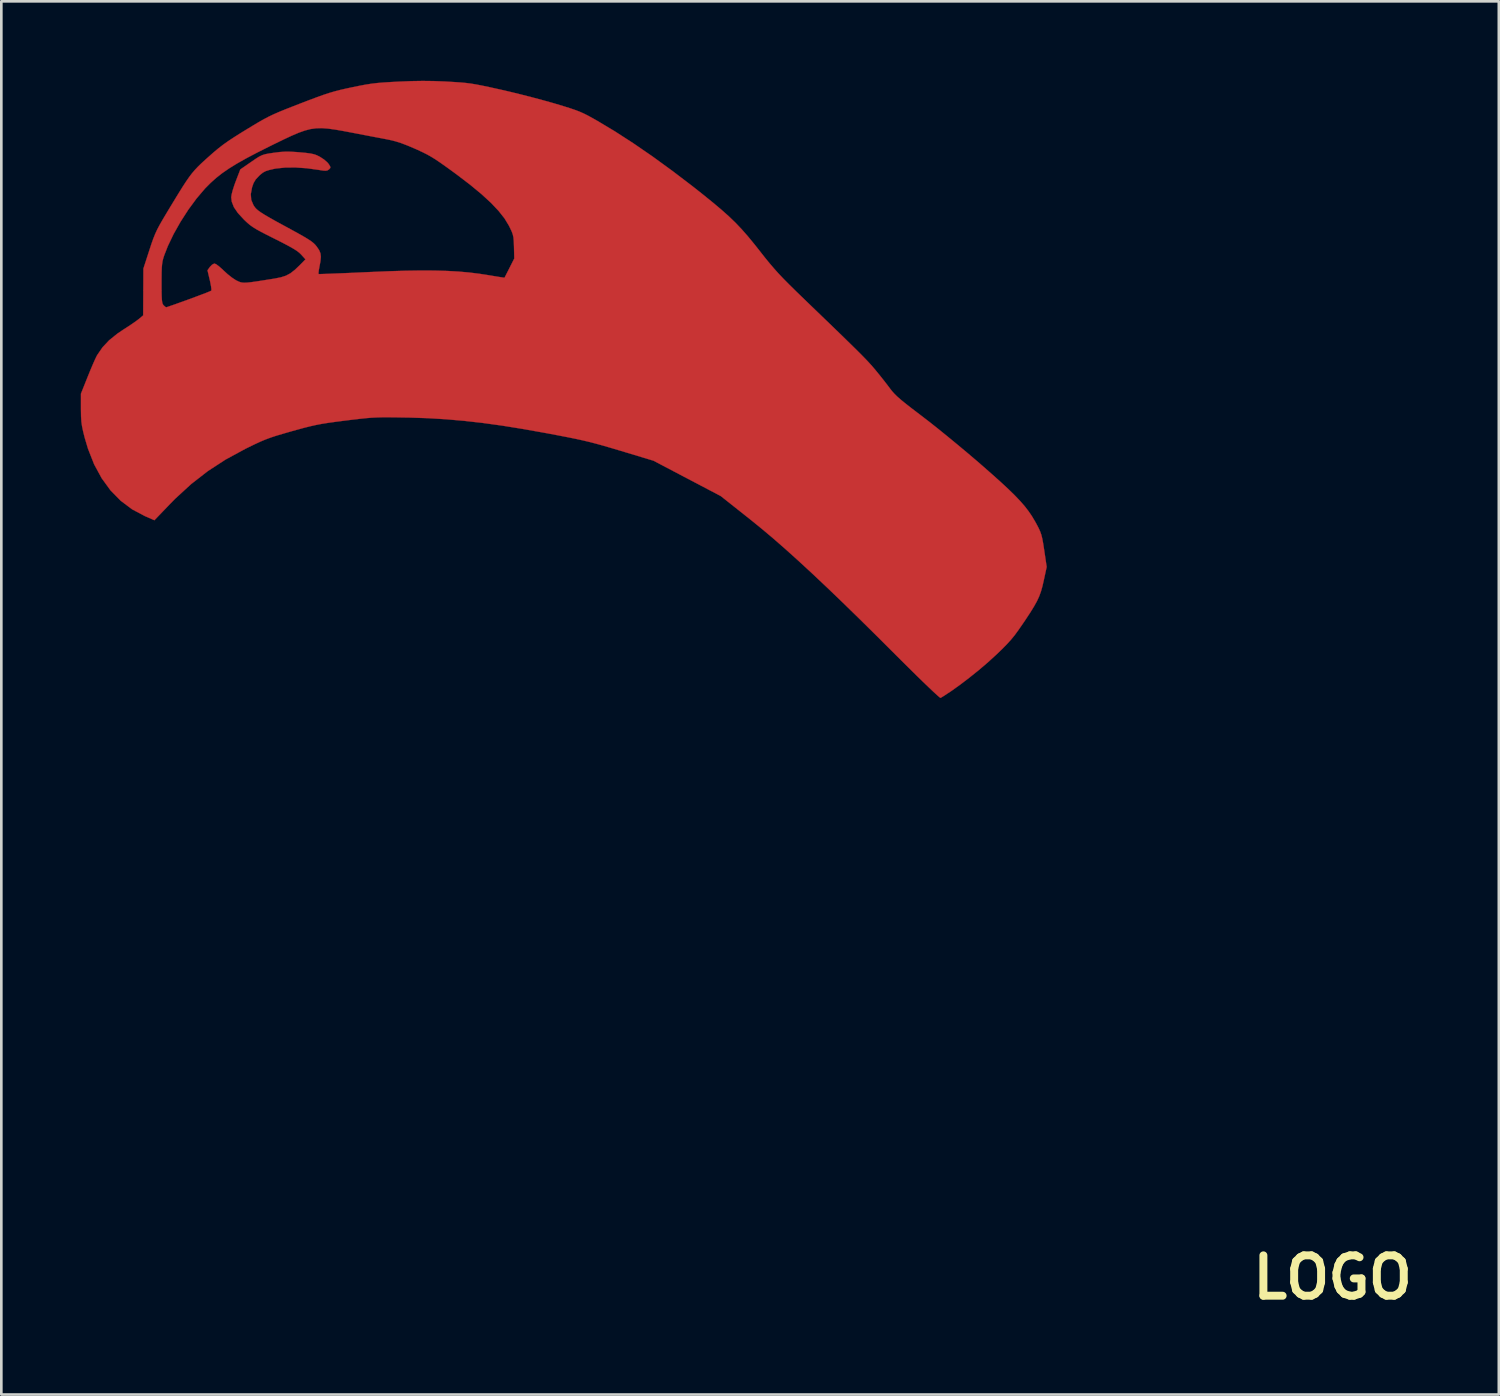
<source format=kicad_pcb>
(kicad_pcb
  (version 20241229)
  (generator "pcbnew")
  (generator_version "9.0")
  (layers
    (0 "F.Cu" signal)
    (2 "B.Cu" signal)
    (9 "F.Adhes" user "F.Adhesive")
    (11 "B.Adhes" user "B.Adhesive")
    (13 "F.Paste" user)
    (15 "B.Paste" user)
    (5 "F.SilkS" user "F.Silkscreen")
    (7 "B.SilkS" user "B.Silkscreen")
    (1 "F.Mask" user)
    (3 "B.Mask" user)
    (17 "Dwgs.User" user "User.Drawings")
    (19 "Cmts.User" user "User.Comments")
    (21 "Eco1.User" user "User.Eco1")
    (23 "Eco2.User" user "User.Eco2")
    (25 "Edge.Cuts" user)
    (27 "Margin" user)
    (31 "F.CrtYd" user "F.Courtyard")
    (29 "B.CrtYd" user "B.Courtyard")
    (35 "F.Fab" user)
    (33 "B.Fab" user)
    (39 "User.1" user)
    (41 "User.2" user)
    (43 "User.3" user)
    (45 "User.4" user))
  (footprint "LOGO"
    (layer "F.Cu")
    (at 47.249 45.167)
    (property "Reference" "LOGO" (at 0 0 0) (layer "F.SilkS") (effects (font (size 1.524 1.524) (thickness 0.3))))
    (attr through_hole)
    (fp_poly (pts (xy -33.934 -45.157) (xy -33.506 -45.141) (xy -33.405 -45.135) (xy -33.135 -45.119) (xy -32.909 -45.104) (xy -32.71 -45.085) (xy -32.52 -45.061) (xy -32.323 -45.028) (xy -32.099 -44.985) (xy -31.833 -44.929) (xy -31.506 -44.857) (xy -31.411 -44.836) (xy -31.044 -44.751) (xy -30.64 -44.652) (xy -30.226 -44.546) (xy -29.829 -44.44) (xy -29.476 -44.342) (xy -29.339 -44.302) (xy -29.03 -44.209) (xy -28.785 -44.132) (xy -28.587 -44.065) (xy -28.419 -44.001) (xy -28.264 -43.932) (xy -28.105 -43.852) (xy -27.925 -43.753) (xy -27.752 -43.655) (xy -27.1 -43.265) (xy -26.405 -42.816) (xy -25.674 -42.314) (xy -24.918 -41.764) (xy -24.145 -41.175) (xy -23.77 -40.878) (xy -23.392 -40.572) (xy -23.07 -40.301) (xy -22.79 -40.052) (xy -22.539 -39.81) (xy -22.305 -39.564) (xy -22.072 -39.299) (xy -21.828 -39.002) (xy -21.635 -38.758) (xy -21.436 -38.505) (xy -21.257 -38.285) (xy -21.086 -38.085) (xy -20.912 -37.89) (xy -20.721 -37.689) (xy -20.502 -37.468) (xy -20.243 -37.213) (xy -19.99 -36.968) (xy -19.547 -36.541) (xy -19.16 -36.168) (xy -18.825 -35.845) (xy -18.537 -35.566) (xy -18.292 -35.327) (xy -18.085 -35.124) (xy -17.911 -34.952) (xy -17.766 -34.807) (xy -17.645 -34.683) (xy -17.543 -34.576) (xy -17.456 -34.481) (xy -17.379 -34.395) (xy -17.308 -34.312) (xy -17.251 -34.244) (xy -17.094 -34.052) (xy -16.933 -33.849) (xy -16.789 -33.663) (xy -16.701 -33.545) (xy -16.627 -33.451) (xy -16.544 -33.358) (xy -16.442 -33.257) (xy -16.313 -33.143) (xy -16.146 -33.005) (xy -15.933 -32.838) (xy -15.666 -32.634) (xy -15.494 -32.503) (xy -15.218 -32.291) (xy -14.895 -32.035) (xy -14.542 -31.749) (xy -14.173 -31.445) (xy -13.806 -31.139) (xy -13.456 -30.841) (xy -13.247 -30.661) (xy -12.851 -30.313) (xy -12.514 -30.011) (xy -12.23 -29.747) (xy -11.991 -29.513) (xy -11.79 -29.302) (xy -11.621 -29.108) (xy -11.477 -28.921) (xy -11.351 -28.736) (xy -11.236 -28.544) (xy -11.172 -28.428) (xy -11.094 -28.279) (xy -11.037 -28.151) (xy -10.993 -28.025) (xy -10.957 -27.878) (xy -10.923 -27.69) (xy -10.885 -27.442) (xy -10.793 -26.818) (xy -10.903 -26.31) (xy -10.954 -26.087) (xy -11.009 -25.892) (xy -11.075 -25.711) (xy -11.159 -25.529) (xy -11.269 -25.331) (xy -11.41 -25.102) (xy -11.592 -24.826) (xy -11.691 -24.679) (xy -11.856 -24.441) (xy -12 -24.244) (xy -12.142 -24.07) (xy -12.297 -23.9) (xy -12.482 -23.712) (xy -12.711 -23.493) (xy -13.016 -23.215) (xy -13.353 -22.927) (xy -13.707 -22.643) (xy -14.058 -22.375) (xy -14.392 -22.136) (xy -14.69 -21.94) (xy -14.798 -21.875) (xy -14.836 -21.899) (xy -14.927 -21.978) (xy -15.067 -22.106) (xy -15.249 -22.279) (xy -15.468 -22.489) (xy -15.718 -22.733) (xy -15.993 -23.005) (xy -16.289 -23.298) (xy -16.428 -23.437) (xy -17.171 -24.179) (xy -17.861 -24.86) (xy -18.503 -25.486) (xy -19.099 -26.058) (xy -19.654 -26.581) (xy -20.17 -27.057) (xy -20.653 -27.492) (xy -21.105 -27.887) (xy -21.531 -28.246) (xy -21.933 -28.573) (xy -21.967 -28.6) (xy -23.093 -29.493) (xy -25.633 -30.828) (xy -26.882 -31.205) (xy -27.224 -31.307) (xy -27.522 -31.394) (xy -27.789 -31.468) (xy -28.043 -31.534) (xy -28.299 -31.595) (xy -28.573 -31.655) (xy -28.881 -31.717) (xy -29.239 -31.786) (xy -29.662 -31.866) (xy -29.718 -31.876) (xy -30.565 -32.027) (xy -31.348 -32.153) (xy -32.081 -32.254) (xy -32.78 -32.333) (xy -33.461 -32.392) (xy -34.139 -32.433) (xy -34.829 -32.456) (xy -34.967 -32.458) (xy -35.326 -32.464) (xy -35.618 -32.467) (xy -35.862 -32.467) (xy -36.076 -32.461) (xy -36.278 -32.451) (xy -36.486 -32.434) (xy -36.718 -32.409) (xy -36.993 -32.377) (xy -37.253 -32.345) (xy -37.606 -32.3) (xy -37.895 -32.26) (xy -38.141 -32.221) (xy -38.366 -32.178) (xy -38.59 -32.128) (xy -38.833 -32.067) (xy -39.117 -31.989) (xy -39.287 -31.942) (xy -39.607 -31.85) (xy -39.867 -31.773) (xy -40.084 -31.701) (xy -40.281 -31.628) (xy -40.476 -31.546) (xy -40.69 -31.447) (xy -40.944 -31.323) (xy -41.043 -31.274) (xy -41.781 -30.874) (xy -42.455 -30.436) (xy -43.083 -29.948) (xy -43.682 -29.398) (xy -43.874 -29.203) (xy -44.471 -28.581) (xy -44.835 -28.74) (xy -45.312 -28.993) (xy -45.743 -29.317) (xy -46.127 -29.708) (xy -46.461 -30.167) (xy -46.745 -30.69) (xy -46.977 -31.278) (xy -47.099 -31.686) (xy -47.161 -31.932) (xy -47.202 -32.127) (xy -47.227 -32.303) (xy -47.239 -32.492) (xy -47.243 -32.725) (xy -47.244 -32.797) (xy -47.244 -33.357) (xy -46.987 -34.001) (xy -46.892 -34.234) (xy -46.8 -34.451) (xy -46.718 -34.637) (xy -46.654 -34.771) (xy -46.629 -34.817) (xy -46.428 -35.109) (xy -46.18 -35.373) (xy -45.873 -35.621) (xy -45.654 -35.769) (xy -45.463 -35.892) (xy -45.284 -36.012) (xy -45.138 -36.115) (xy -45.044 -36.187) (xy -45.043 -36.188) (xy -44.895 -36.313) (xy -44.891 -37.196) (xy -44.889 -37.535) (xy -44.201 -37.535) (xy -44.201 -37.259) (xy -44.197 -37.055) (xy -44.19 -36.91) (xy -44.178 -36.813) (xy -44.161 -36.749) (xy -44.136 -36.707) (xy -44.129 -36.699) (xy -44.063 -36.638) (xy -44.026 -36.618) (xy -43.979 -36.632) (xy -43.865 -36.671) (xy -43.695 -36.73) (xy -43.484 -36.806) (xy -43.241 -36.893) (xy -43.175 -36.917) (xy -42.927 -37.009) (xy -42.706 -37.092) (xy -42.524 -37.161) (xy -42.394 -37.214) (xy -42.329 -37.243) (xy -42.324 -37.246) (xy -42.319 -37.298) (xy -42.333 -37.412) (xy -42.363 -37.567) (xy -42.38 -37.645) (xy -42.467 -38.014) (xy -42.376 -38.142) (xy -42.295 -38.226) (xy -42.214 -38.268) (xy -42.203 -38.269) (xy -42.137 -38.241) (xy -42.033 -38.164) (xy -41.908 -38.054) (xy -41.857 -38.004) (xy -41.705 -37.866) (xy -41.542 -37.737) (xy -41.399 -37.643) (xy -41.374 -37.63) (xy -41.302 -37.595) (xy -41.237 -37.569) (xy -41.167 -37.552) (xy -41.082 -37.546) (xy -40.97 -37.55) (xy -40.821 -37.566) (xy -40.625 -37.593) (xy -40.369 -37.633) (xy -40.043 -37.685) (xy -39.941 -37.701) (xy -39.7 -37.749) (xy -39.506 -37.811) (xy -39.336 -37.902) (xy -39.167 -38.034) (xy -38.973 -38.22) (xy -38.953 -38.24) (xy -38.769 -38.429) (xy -38.93 -38.607) (xy -39.003 -38.678) (xy -39.102 -38.754) (xy -39.238 -38.839) (xy -39.419 -38.941) (xy -39.658 -39.067) (xy -39.94 -39.209) (xy -40.223 -39.351) (xy -40.443 -39.465) (xy -40.614 -39.559) (xy -40.748 -39.642) (xy -40.859 -39.721) (xy -40.96 -39.805) (xy -41.065 -39.904) (xy -41.097 -39.935) (xy -41.32 -40.177) (xy -41.47 -40.397) (xy -41.551 -40.604) (xy -41.571 -40.77) (xy -41.556 -40.876) (xy -41.515 -41.037) (xy -41.454 -41.227) (xy -41.399 -41.377) (xy -41.228 -41.822) (xy -40.82 -42.104) (xy -40.644 -42.225) (xy -40.513 -42.307) (xy -40.401 -42.361) (xy -40.285 -42.397) (xy -40.139 -42.425) (xy -39.965 -42.45) (xy -39.738 -42.479) (xy -39.538 -42.492) (xy -39.332 -42.491) (xy -39.088 -42.476) (xy -38.98 -42.467) (xy -38.746 -42.445) (xy -38.576 -42.422) (xy -38.448 -42.395) (xy -38.342 -42.357) (xy -38.237 -42.305) (xy -38.21 -42.289) (xy -38.069 -42.196) (xy -37.948 -42.092) (xy -37.891 -42.024) (xy -37.837 -41.934) (xy -37.828 -41.883) (xy -37.865 -41.839) (xy -37.886 -41.82) (xy -37.938 -41.786) (xy -38.003 -41.773) (xy -38.103 -41.779) (xy -38.26 -41.803) (xy -38.28 -41.806) (xy -38.72 -41.867) (xy -39.146 -41.896) (xy -39.539 -41.893) (xy -39.878 -41.857) (xy -39.951 -41.844) (xy -40.14 -41.8) (xy -40.272 -41.758) (xy -40.375 -41.703) (xy -40.475 -41.623) (xy -40.518 -41.583) (xy -40.649 -41.443) (xy -40.732 -41.301) (xy -40.786 -41.144) (xy -40.833 -40.89) (xy -40.817 -40.674) (xy -40.733 -40.475) (xy -40.68 -40.396) (xy -40.63 -40.338) (xy -40.559 -40.275) (xy -40.458 -40.203) (xy -40.319 -40.114) (xy -40.132 -40.005) (xy -39.89 -39.868) (xy -39.582 -39.7) (xy -39.526 -39.67) (xy -39.216 -39.501) (xy -38.972 -39.366) (xy -38.783 -39.258) (xy -38.641 -39.17) (xy -38.536 -39.098) (xy -38.457 -39.034) (xy -38.396 -38.973) (xy -38.343 -38.908) (xy -38.34 -38.903) (xy -38.253 -38.774) (xy -38.204 -38.656) (xy -38.188 -38.524) (xy -38.204 -38.357) (xy -38.242 -38.151) (xy -38.267 -38.013) (xy -38.278 -37.912) (xy -38.273 -37.873) (xy -38.227 -37.872) (xy -38.105 -37.876) (xy -37.915 -37.882) (xy -37.667 -37.892) (xy -37.368 -37.904) (xy -37.028 -37.918) (xy -36.654 -37.935) (xy -36.338 -37.949) (xy -35.626 -37.979) (xy -34.988 -37.998) (xy -34.416 -38.007) (xy -33.899 -38.004) (xy -33.429 -37.991) (xy -32.995 -37.967) (xy -32.589 -37.931) (xy -32.201 -37.883) (xy -31.877 -37.833) (xy -31.661 -37.797) (xy -31.477 -37.767) (xy -31.341 -37.746) (xy -31.267 -37.735) (xy -31.258 -37.735) (xy -31.237 -37.772) (xy -31.188 -37.869) (xy -31.117 -38.007) (xy -31.07 -38.1) (xy -30.888 -38.46) (xy -30.899 -38.902) (xy -30.906 -39.105) (xy -30.919 -39.252) (xy -30.945 -39.372) (xy -30.99 -39.493) (xy -31.063 -39.644) (xy -31.094 -39.706) (xy -31.255 -39.972) (xy -31.479 -40.256) (xy -31.767 -40.561) (xy -32.124 -40.889) (xy -32.552 -41.243) (xy -33.055 -41.627) (xy -33.146 -41.694) (xy -33.428 -41.899) (xy -33.658 -42.062) (xy -33.849 -42.192) (xy -34.018 -42.297) (xy -34.179 -42.388) (xy -34.347 -42.472) (xy -34.536 -42.56) (xy -34.628 -42.601) (xy -34.917 -42.724) (xy -35.157 -42.816) (xy -35.377 -42.885) (xy -35.6 -42.939) (xy -35.729 -42.965) (xy -35.943 -43.006) (xy -36.213 -43.057) (xy -36.51 -43.114) (xy -36.808 -43.171) (xy -36.957 -43.2) (xy -37.331 -43.271) (xy -37.646 -43.326) (xy -37.915 -43.363) (xy -38.151 -43.381) (xy -38.368 -43.375) (xy -38.578 -43.346) (xy -38.794 -43.29) (xy -39.03 -43.206) (xy -39.299 -43.091) (xy -39.613 -42.944) (xy -39.986 -42.762) (xy -40.121 -42.695) (xy -40.597 -42.456) (xy -41.004 -42.242) (xy -41.352 -42.046) (xy -41.65 -41.862) (xy -41.909 -41.684) (xy -42.138 -41.504) (xy -42.347 -41.317) (xy -42.546 -41.117) (xy -42.567 -41.095) (xy -42.882 -40.724) (xy -43.193 -40.301) (xy -43.485 -39.847) (xy -43.747 -39.383) (xy -43.964 -38.93) (xy -44.098 -38.587) (xy -44.136 -38.472) (xy -44.163 -38.365) (xy -44.181 -38.249) (xy -44.193 -38.108) (xy -44.199 -37.924) (xy -44.201 -37.68) (xy -44.201 -37.535) (xy -44.889 -37.535) (xy -44.887 -38.079) (xy -44.66 -38.777) (xy -44.581 -39.019) (xy -44.511 -39.216) (xy -44.442 -39.387) (xy -44.366 -39.552) (xy -44.273 -39.728) (xy -44.155 -39.934) (xy -44.003 -40.189) (xy -43.961 -40.259) (xy -43.741 -40.622) (xy -43.558 -40.922) (xy -43.404 -41.169) (xy -43.273 -41.37) (xy -43.157 -41.537) (xy -43.049 -41.679) (xy -42.942 -41.804) (xy -42.83 -41.923) (xy -42.705 -42.045) (xy -42.56 -42.178) (xy -42.455 -42.273) (xy -42.25 -42.454) (xy -42.064 -42.61) (xy -41.881 -42.752) (xy -41.684 -42.892) (xy -41.455 -43.043) (xy -41.179 -43.217) (xy -41.009 -43.321) (xy -40.748 -43.48) (xy -40.53 -43.61) (xy -40.34 -43.717) (xy -40.162 -43.811) (xy -39.98 -43.898) (xy -39.778 -43.987) (xy -39.542 -44.084) (xy -39.254 -44.197) (xy -38.977 -44.305) (xy -38.623 -44.441) (xy -38.331 -44.55) (xy -38.085 -44.638) (xy -37.869 -44.709) (xy -37.668 -44.768) (xy -37.464 -44.821) (xy -37.242 -44.872) (xy -37.02 -44.92) (xy -36.737 -44.978) (xy -36.497 -45.023) (xy -36.279 -45.057) (xy -36.06 -45.083) (xy -35.82 -45.103) (xy -35.535 -45.121) (xy -35.247 -45.136) (xy -34.77 -45.155) (xy -34.344 -45.162) (xy -33.934 -45.157)) (stroke (width 0.01) (type solid)) (fill yes) (layer "F.Cu")))
  (gr_rect
    (start -3 -3)
    (end 53.522 49.585)
    (stroke (width 0.1) (type default))
    (fill no)
    (layer "Edge.Cuts")))
</source>
